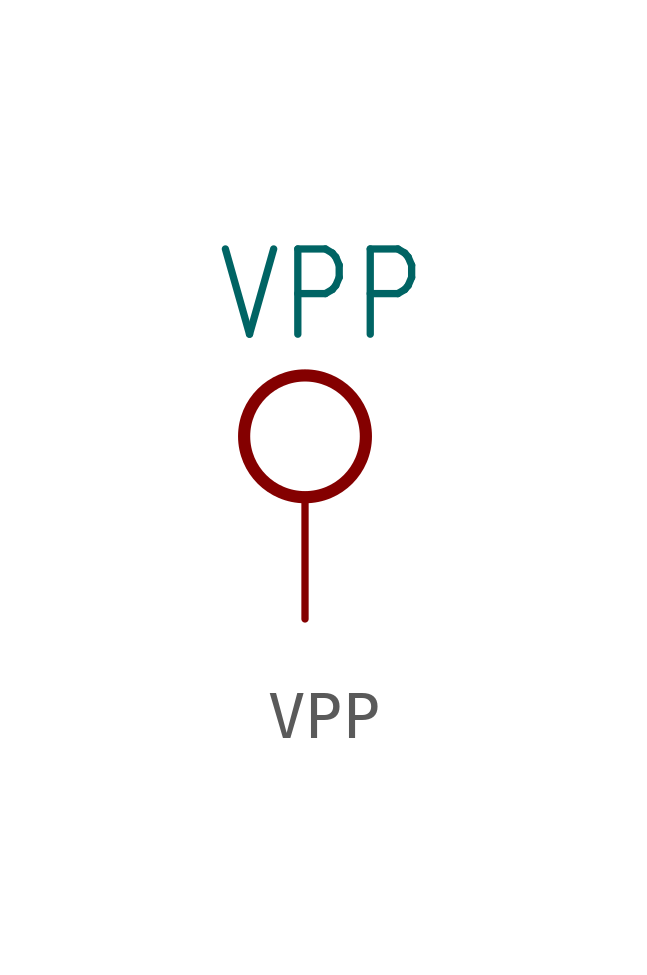
<source format=kicad_sym>
(kicad_symbol_lib
  (version 20220914)
  (generator kicad_symbol_editor)
  (symbol "VPP"
    (power)
    (property "Reference" "#SUPPLY"
      (at 0 0 0)
      (effects (font (size 1.27 1.27)) hide))
    (property "Value" "VPP"
      (at -1.905 3.175 0)
      (effects (font (size 1.778 1.511)) (justify left bottom)))
    (property "ki_locked" ""
      (at 0 0 0)
      (effects (font (size 1.27 1.27))))
    (symbol "VPP_1_0"
      (circle (center 0 1.27) (radius 1.27) (stroke (width 0.254) (type solid)) (fill (type none)))
      (pin power_in line (at 0 -2.54 90) (length 2.54) (name "VPP" (effects (font (size 0 0)))) (number "1" (effects (font (size 0 0))))))))
</source>
